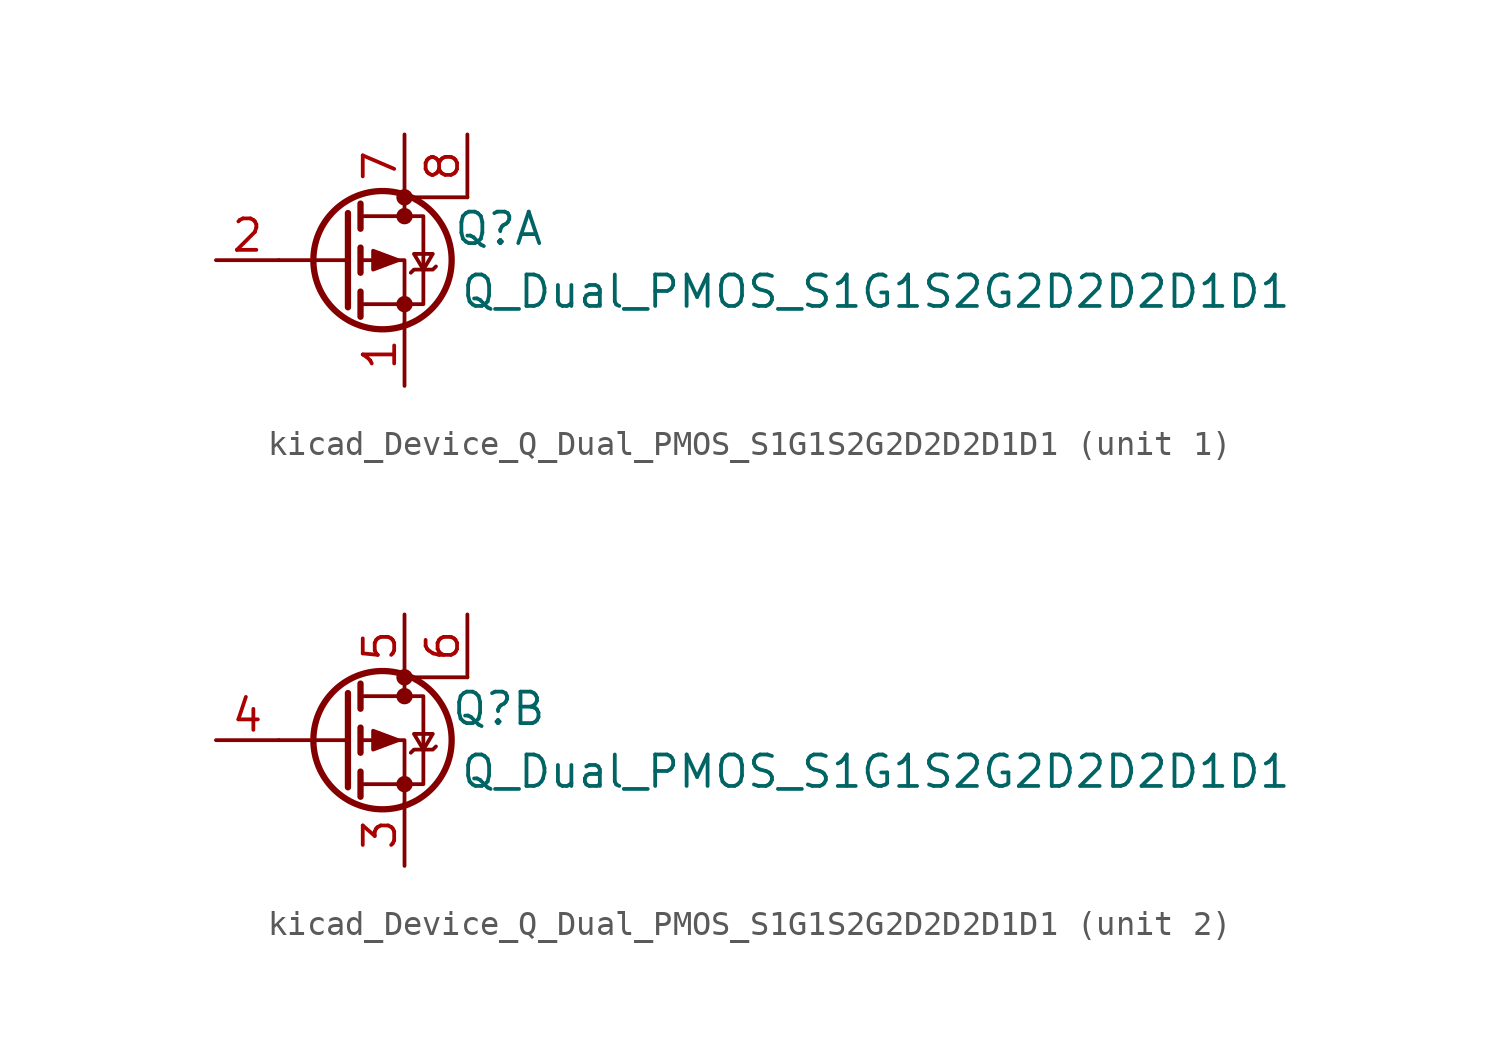
<source format=kicad_sym>
(kicad_symbol_lib
  (version 20220914)
  (generator kicad_symbol_editor)
  (symbol "kicad_Device_Q_Dual_PMOS_S1G1S2G2D2D2D1D1"
    (pin_names
      (offset 0) hide)
    (property "Reference" "Q"
      (at 6.35 1.27 0)
      (effects (font (size 1.27 1.27))))
    (property "Value" "Q_Dual_PMOS_S1G1S2G2D2D2D1D1"
      (at 21.59 -1.27 0)
      (effects (font (size 1.27 1.27))))
    (symbol "kicad_Device_Q_Dual_PMOS_S1G1S2G2D2D2D1D1_0_1"
      (polyline (pts (xy 0.254 0) (xy -2.54 0)) (stroke (width 0) (type default)) (fill (type none)))
      (polyline (pts (xy 0.254 1.905) (xy 0.254 -1.905)) (stroke (width 0.254) (type default)) (fill (type none)))
      (polyline (pts (xy 0.762 -1.27) (xy 0.762 -2.286)) (stroke (width 0.254) (type default)) (fill (type none)))
      (polyline (pts (xy 0.762 0.508) (xy 0.762 -0.508)) (stroke (width 0.254) (type default)) (fill (type none)))
      (polyline (pts (xy 0.762 2.286) (xy 0.762 1.27)) (stroke (width 0.254) (type default)) (fill (type none)))
      (polyline (pts (xy 2.54 2.54) (xy 2.54 1.778)) (stroke (width 0) (type default)) (fill (type none)))
      (polyline (pts (xy 2.54 -2.54) (xy 2.54 0) (xy 0.762 0)) (stroke (width 0) (type default)) (fill (type none)))
      (polyline (pts (xy 0.762 1.778) (xy 3.302 1.778) (xy 3.302 -1.778) (xy 0.762 -1.778)) (stroke (width 0) (type default)) (fill (type none)))
      (polyline (pts (xy 2.286 0) (xy 1.27 0.381) (xy 1.27 -0.381) (xy 2.286 0)) (stroke (width 0) (type default)) (fill (type outline)))
      (polyline (pts (xy 2.794 -0.508) (xy 2.921 -0.381) (xy 3.683 -0.381) (xy 3.81 -0.254)) (stroke (width 0) (type default)) (fill (type none)))
      (polyline (pts (xy 3.302 -0.381) (xy 2.921 0.254) (xy 3.683 0.254) (xy 3.302 -0.381)) (stroke (width 0) (type default)) (fill (type none)))
      (circle (center 1.651 0) (radius 2.794) (stroke (width 0.254) (type default)) (fill (type none)))
      (circle (center 2.54 -1.778) (radius 0.254) (stroke (width 0) (type default)) (fill (type outline)))
      (circle (center 2.54 1.778) (radius 0.254) (stroke (width 0) (type default)) (fill (type outline)))
      (circle (center 2.54 2.54) (radius 0.254) (stroke (width 0) (type default)) (fill (type outline)))
      (rectangle (start 5.08 2.54) (end 2.54 2.54) (stroke (width 0) (type default)) (fill (type none))))
    (symbol "kicad_Device_Q_Dual_PMOS_S1G1S2G2D2D2D1D1_1_1"
      (pin passive line (at 2.54 -5.08 90) (length 2.54) (name "S" (effects (font (size 1.27 1.27)))) (number "1" (effects (font (size 1.27 1.27)))))
      (pin input line (at -5.08 0 0) (length 2.54) (name "G" (effects (font (size 1.27 1.27)))) (number "2" (effects (font (size 1.27 1.27)))))
      (pin passive line (at 2.54 5.08 270) (length 2.54) (name "D" (effects (font (size 1.27 1.27)))) (number "7" (effects (font (size 1.27 1.27)))))
      (pin passive line (at 5.08 5.08 270) (length 2.54) (name "G" (effects (font (size 1.27 1.27)))) (number "8" (effects (font (size 1.27 1.27))))))
    (symbol "kicad_Device_Q_Dual_PMOS_S1G1S2G2D2D2D1D1_2_1"
      (pin passive line (at 2.54 -5.08 90) (length 2.54) (name "S" (effects (font (size 1.27 1.27)))) (number "3" (effects (font (size 1.27 1.27)))))
      (pin input line (at -5.08 0 0) (length 2.54) (name "G" (effects (font (size 1.27 1.27)))) (number "4" (effects (font (size 1.27 1.27)))))
      (pin passive line (at 2.54 5.08 270) (length 2.54) (name "D" (effects (font (size 1.27 1.27)))) (number "5" (effects (font (size 1.27 1.27)))))
      (pin passive line (at 5.08 5.08 270) (length 2.54) (name "G" (effects (font (size 1.27 1.27)))) (number "6" (effects (font (size 1.27 1.27))))))))
</source>
